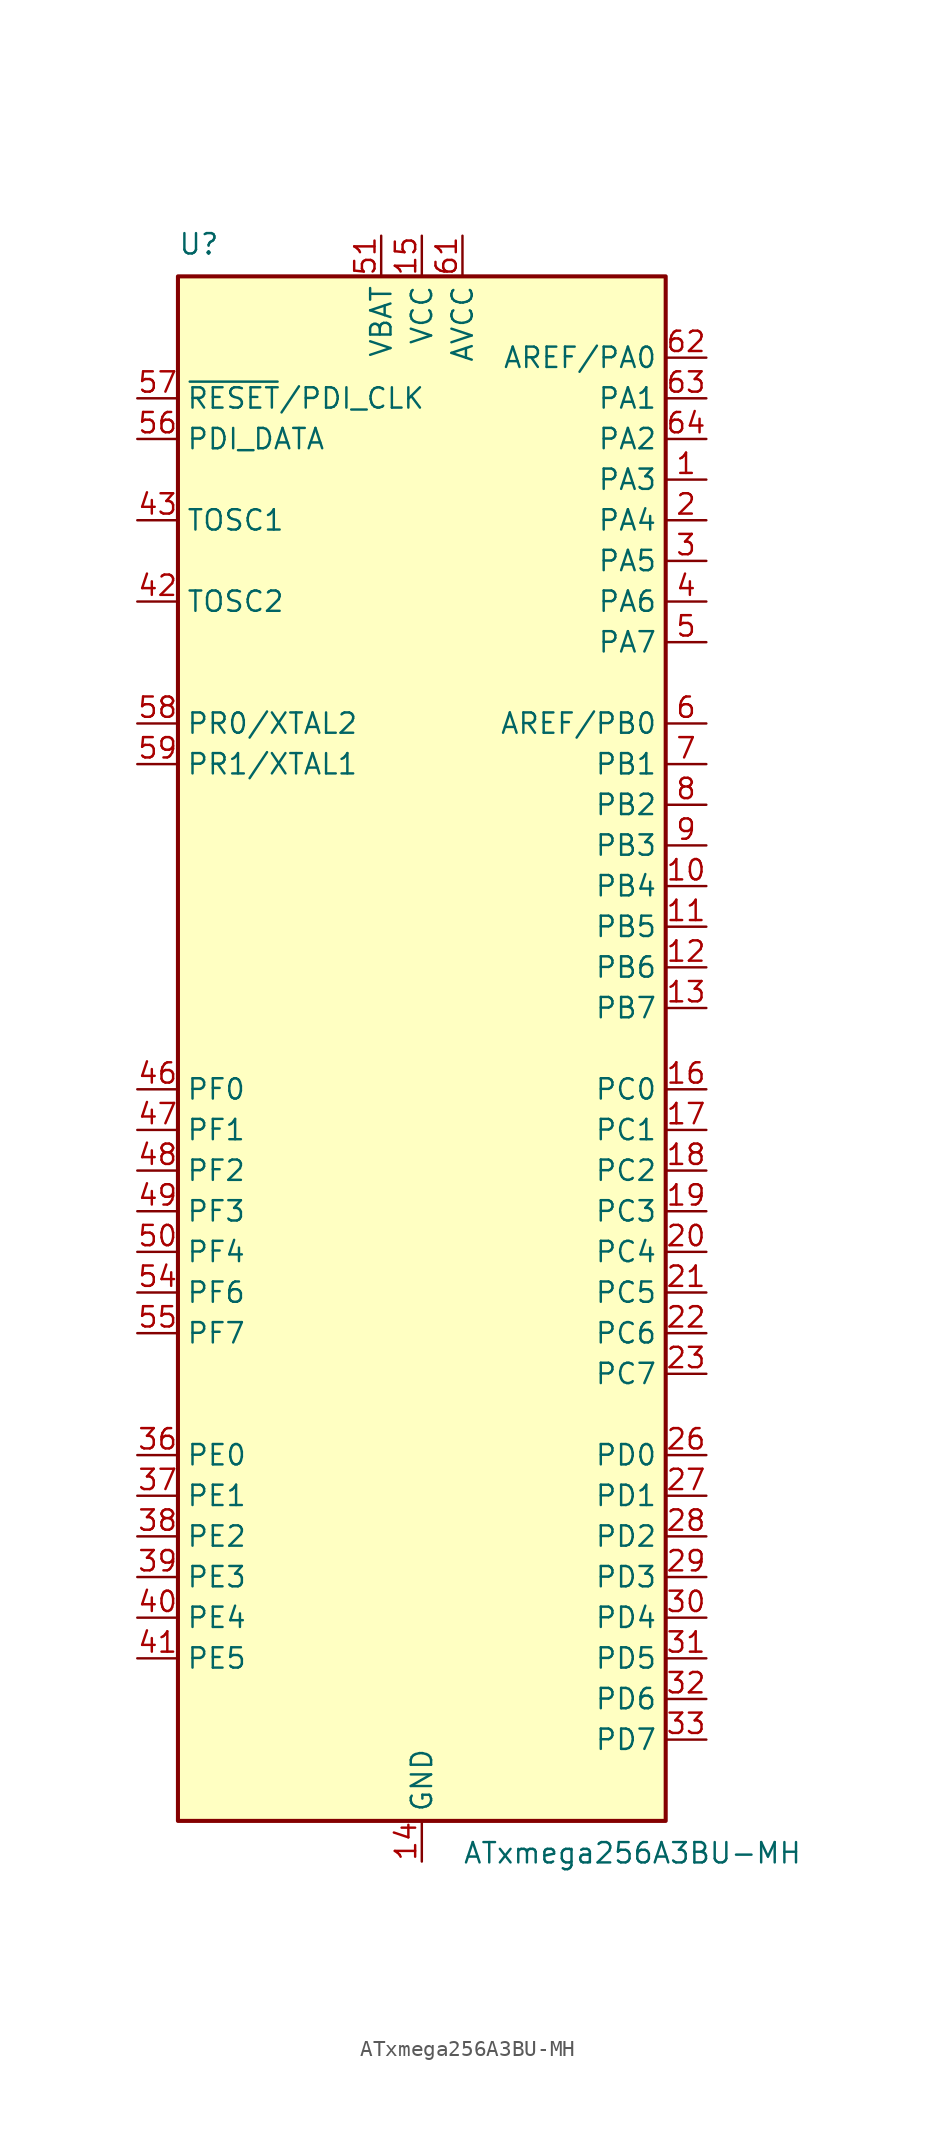
<source format=kicad_sym>
(kicad_symbol_lib
  (version 20201005)
  (generator kicad_symbol_editor)
  (symbol "ATxmega256A3BU-MH"
    (property "Reference" "U"
      (at -15.24 49.53 0)
      (effects (font (size 1.27 1.27)) (justify left bottom)))
    (property "Value" "ATxmega256A3BU-MH"
      (at 2.54 -49.53 0)
      (effects (font (size 1.27 1.27)) (justify left top)))
    (symbol "ATxmega256A3BU-MH_0_1"
      (rectangle (start -15.24 -48.26) (end 15.24 48.26) (stroke (width 0.254)) (fill (type background))))
    (symbol "ATxmega256A3BU-MH_1_1"
      (pin tri_state line (at 17.78 35.56 180) (length 2.54) (name "PA3" (effects (font (size 1.27 1.27)))) (number "1" (effects (font (size 1.27 1.27)))))
      (pin tri_state line (at 17.78 10.16 180) (length 2.54) (name "PB4" (effects (font (size 1.27 1.27)))) (number "10" (effects (font (size 1.27 1.27)))))
      (pin tri_state line (at 17.78 7.62 180) (length 2.54) (name "PB5" (effects (font (size 1.27 1.27)))) (number "11" (effects (font (size 1.27 1.27)))))
      (pin tri_state line (at 17.78 5.08 180) (length 2.54) (name "PB6" (effects (font (size 1.27 1.27)))) (number "12" (effects (font (size 1.27 1.27)))))
      (pin tri_state line (at 17.78 2.54 180) (length 2.54) (name "PB7" (effects (font (size 1.27 1.27)))) (number "13" (effects (font (size 1.27 1.27)))))
      (pin power_in line (at 0 -50.8 90) (length 2.54) (name "GND" (effects (font (size 1.27 1.27)))) (number "14" (effects (font (size 1.27 1.27)))))
      (pin power_in line (at 0 50.8 270) (length 2.54) (name "VCC" (effects (font (size 1.27 1.27)))) (number "15" (effects (font (size 1.27 1.27)))))
      (pin tri_state line (at 17.78 -2.54 180) (length 2.54) (name "PC0" (effects (font (size 1.27 1.27)))) (number "16" (effects (font (size 1.27 1.27)))))
      (pin tri_state line (at 17.78 -5.08 180) (length 2.54) (name "PC1" (effects (font (size 1.27 1.27)))) (number "17" (effects (font (size 1.27 1.27)))))
      (pin tri_state line (at 17.78 -7.62 180) (length 2.54) (name "PC2" (effects (font (size 1.27 1.27)))) (number "18" (effects (font (size 1.27 1.27)))))
      (pin tri_state line (at 17.78 -10.16 180) (length 2.54) (name "PC3" (effects (font (size 1.27 1.27)))) (number "19" (effects (font (size 1.27 1.27)))))
      (pin tri_state line (at 17.78 33.02 180) (length 2.54) (name "PA4" (effects (font (size 1.27 1.27)))) (number "2" (effects (font (size 1.27 1.27)))))
      (pin tri_state line (at 17.78 -12.7 180) (length 2.54) (name "PC4" (effects (font (size 1.27 1.27)))) (number "20" (effects (font (size 1.27 1.27)))))
      (pin tri_state line (at 17.78 -15.24 180) (length 2.54) (name "PC5" (effects (font (size 1.27 1.27)))) (number "21" (effects (font (size 1.27 1.27)))))
      (pin tri_state line (at 17.78 -17.78 180) (length 2.54) (name "PC6" (effects (font (size 1.27 1.27)))) (number "22" (effects (font (size 1.27 1.27)))))
      (pin tri_state line (at 17.78 -20.32 180) (length 2.54) (name "PC7" (effects (font (size 1.27 1.27)))) (number "23" (effects (font (size 1.27 1.27)))))
      (pin passive line (at 0 -50.8 90) (length 2.54) hide (name "GND" (effects (font (size 1.27 1.27)))) (number "24" (effects (font (size 1.27 1.27)))))
      (pin passive line (at 0 50.8 270) (length 2.54) hide (name "VCC" (effects (font (size 1.27 1.27)))) (number "25" (effects (font (size 1.27 1.27)))))
      (pin tri_state line (at 17.78 -25.4 180) (length 2.54) (name "PD0" (effects (font (size 1.27 1.27)))) (number "26" (effects (font (size 1.27 1.27)))))
      (pin tri_state line (at 17.78 -27.94 180) (length 2.54) (name "PD1" (effects (font (size 1.27 1.27)))) (number "27" (effects (font (size 1.27 1.27)))))
      (pin tri_state line (at 17.78 -30.48 180) (length 2.54) (name "PD2" (effects (font (size 1.27 1.27)))) (number "28" (effects (font (size 1.27 1.27)))))
      (pin tri_state line (at 17.78 -33.02 180) (length 2.54) (name "PD3" (effects (font (size 1.27 1.27)))) (number "29" (effects (font (size 1.27 1.27)))))
      (pin tri_state line (at 17.78 30.48 180) (length 2.54) (name "PA5" (effects (font (size 1.27 1.27)))) (number "3" (effects (font (size 1.27 1.27)))))
      (pin tri_state line (at 17.78 -35.56 180) (length 2.54) (name "PD4" (effects (font (size 1.27 1.27)))) (number "30" (effects (font (size 1.27 1.27)))))
      (pin tri_state line (at 17.78 -38.1 180) (length 2.54) (name "PD5" (effects (font (size 1.27 1.27)))) (number "31" (effects (font (size 1.27 1.27)))))
      (pin tri_state line (at 17.78 -40.64 180) (length 2.54) (name "PD6" (effects (font (size 1.27 1.27)))) (number "32" (effects (font (size 1.27 1.27)))))
      (pin tri_state line (at 17.78 -43.18 180) (length 2.54) (name "PD7" (effects (font (size 1.27 1.27)))) (number "33" (effects (font (size 1.27 1.27)))))
      (pin passive line (at 0 -50.8 90) (length 2.54) hide (name "GND" (effects (font (size 1.27 1.27)))) (number "34" (effects (font (size 1.27 1.27)))))
      (pin passive line (at 0 50.8 270) (length 2.54) hide (name "VCC" (effects (font (size 1.27 1.27)))) (number "35" (effects (font (size 1.27 1.27)))))
      (pin tri_state line (at -17.78 -25.4 0) (length 2.54) (name "PE0" (effects (font (size 1.27 1.27)))) (number "36" (effects (font (size 1.27 1.27)))))
      (pin tri_state line (at -17.78 -27.94 0) (length 2.54) (name "PE1" (effects (font (size 1.27 1.27)))) (number "37" (effects (font (size 1.27 1.27)))))
      (pin tri_state line (at -17.78 -30.48 0) (length 2.54) (name "PE2" (effects (font (size 1.27 1.27)))) (number "38" (effects (font (size 1.27 1.27)))))
      (pin tri_state line (at -17.78 -33.02 0) (length 2.54) (name "PE3" (effects (font (size 1.27 1.27)))) (number "39" (effects (font (size 1.27 1.27)))))
      (pin tri_state line (at 17.78 27.94 180) (length 2.54) (name "PA6" (effects (font (size 1.27 1.27)))) (number "4" (effects (font (size 1.27 1.27)))))
      (pin tri_state line (at -17.78 -35.56 0) (length 2.54) (name "PE4" (effects (font (size 1.27 1.27)))) (number "40" (effects (font (size 1.27 1.27)))))
      (pin tri_state line (at -17.78 -38.1 0) (length 2.54) (name "PE5" (effects (font (size 1.27 1.27)))) (number "41" (effects (font (size 1.27 1.27)))))
      (pin passive line (at -17.78 27.94 0) (length 2.54) (name "TOSC2" (effects (font (size 1.27 1.27)))) (number "42" (effects (font (size 1.27 1.27)))))
      (pin input line (at -17.78 33.02 0) (length 2.54) (name "TOSC1" (effects (font (size 1.27 1.27)))) (number "43" (effects (font (size 1.27 1.27)))))
      (pin passive line (at 0 -50.8 90) (length 2.54) hide (name "GND" (effects (font (size 1.27 1.27)))) (number "44" (effects (font (size 1.27 1.27)))))
      (pin passive line (at 0 50.8 270) (length 2.54) hide (name "VCC" (effects (font (size 1.27 1.27)))) (number "45" (effects (font (size 1.27 1.27)))))
      (pin tri_state line (at -17.78 -2.54 0) (length 2.54) (name "PF0" (effects (font (size 1.27 1.27)))) (number "46" (effects (font (size 1.27 1.27)))))
      (pin tri_state line (at -17.78 -5.08 0) (length 2.54) (name "PF1" (effects (font (size 1.27 1.27)))) (number "47" (effects (font (size 1.27 1.27)))))
      (pin tri_state line (at -17.78 -7.62 0) (length 2.54) (name "PF2" (effects (font (size 1.27 1.27)))) (number "48" (effects (font (size 1.27 1.27)))))
      (pin tri_state line (at -17.78 -10.16 0) (length 2.54) (name "PF3" (effects (font (size 1.27 1.27)))) (number "49" (effects (font (size 1.27 1.27)))))
      (pin tri_state line (at 17.78 25.4 180) (length 2.54) (name "PA7" (effects (font (size 1.27 1.27)))) (number "5" (effects (font (size 1.27 1.27)))))
      (pin tri_state line (at -17.78 -12.7 0) (length 2.54) (name "PF4" (effects (font (size 1.27 1.27)))) (number "50" (effects (font (size 1.27 1.27)))))
      (pin power_in line (at -2.54 50.8 270) (length 2.54) (name "VBAT" (effects (font (size 1.27 1.27)))) (number "51" (effects (font (size 1.27 1.27)))))
      (pin passive line (at 0 -50.8 90) (length 2.54) hide (name "GND" (effects (font (size 1.27 1.27)))) (number "52" (effects (font (size 1.27 1.27)))))
      (pin passive line (at 0 50.8 270) (length 2.54) hide (name "VCC" (effects (font (size 1.27 1.27)))) (number "53" (effects (font (size 1.27 1.27)))))
      (pin tri_state line (at -17.78 -15.24 0) (length 2.54) (name "PF6" (effects (font (size 1.27 1.27)))) (number "54" (effects (font (size 1.27 1.27)))))
      (pin tri_state line (at -17.78 -17.78 0) (length 2.54) (name "PF7" (effects (font (size 1.27 1.27)))) (number "55" (effects (font (size 1.27 1.27)))))
      (pin bidirectional line (at -17.78 38.1 0) (length 2.54) (name "PDI_DATA" (effects (font (size 1.27 1.27)))) (number "56" (effects (font (size 1.27 1.27)))))
      (pin input line (at -17.78 40.64 0) (length 2.54) (name "~RESET~/PDI_CLK" (effects (font (size 1.27 1.27)))) (number "57" (effects (font (size 1.27 1.27)))))
      (pin tri_state line (at -17.78 20.32 0) (length 2.54) (name "PR0/XTAL2" (effects (font (size 1.27 1.27)))) (number "58" (effects (font (size 1.27 1.27)))))
      (pin tri_state line (at -17.78 17.78 0) (length 2.54) (name "PR1/XTAL1" (effects (font (size 1.27 1.27)))) (number "59" (effects (font (size 1.27 1.27)))))
      (pin tri_state line (at 17.78 20.32 180) (length 2.54) (name "AREF/PB0" (effects (font (size 1.27 1.27)))) (number "6" (effects (font (size 1.27 1.27)))))
      (pin passive line (at 0 -50.8 90) (length 2.54) hide (name "GND" (effects (font (size 1.27 1.27)))) (number "60" (effects (font (size 1.27 1.27)))))
      (pin power_in line (at 2.54 50.8 270) (length 2.54) (name "AVCC" (effects (font (size 1.27 1.27)))) (number "61" (effects (font (size 1.27 1.27)))))
      (pin tri_state line (at 17.78 43.18 180) (length 2.54) (name "AREF/PA0" (effects (font (size 1.27 1.27)))) (number "62" (effects (font (size 1.27 1.27)))))
      (pin tri_state line (at 17.78 40.64 180) (length 2.54) (name "PA1" (effects (font (size 1.27 1.27)))) (number "63" (effects (font (size 1.27 1.27)))))
      (pin tri_state line (at 17.78 38.1 180) (length 2.54) (name "PA2" (effects (font (size 1.27 1.27)))) (number "64" (effects (font (size 1.27 1.27)))))
      (pin passive line (at 0 -50.8 90) (length 2.54) hide (name "GND" (effects (font (size 1.27 1.27)))) (number "65" (effects (font (size 1.27 1.27)))))
      (pin tri_state line (at 17.78 17.78 180) (length 2.54) (name "PB1" (effects (font (size 1.27 1.27)))) (number "7" (effects (font (size 1.27 1.27)))))
      (pin tri_state line (at 17.78 15.24 180) (length 2.54) (name "PB2" (effects (font (size 1.27 1.27)))) (number "8" (effects (font (size 1.27 1.27)))))
      (pin tri_state line (at 17.78 12.7 180) (length 2.54) (name "PB3" (effects (font (size 1.27 1.27)))) (number "9" (effects (font (size 1.27 1.27))))))))
</source>
